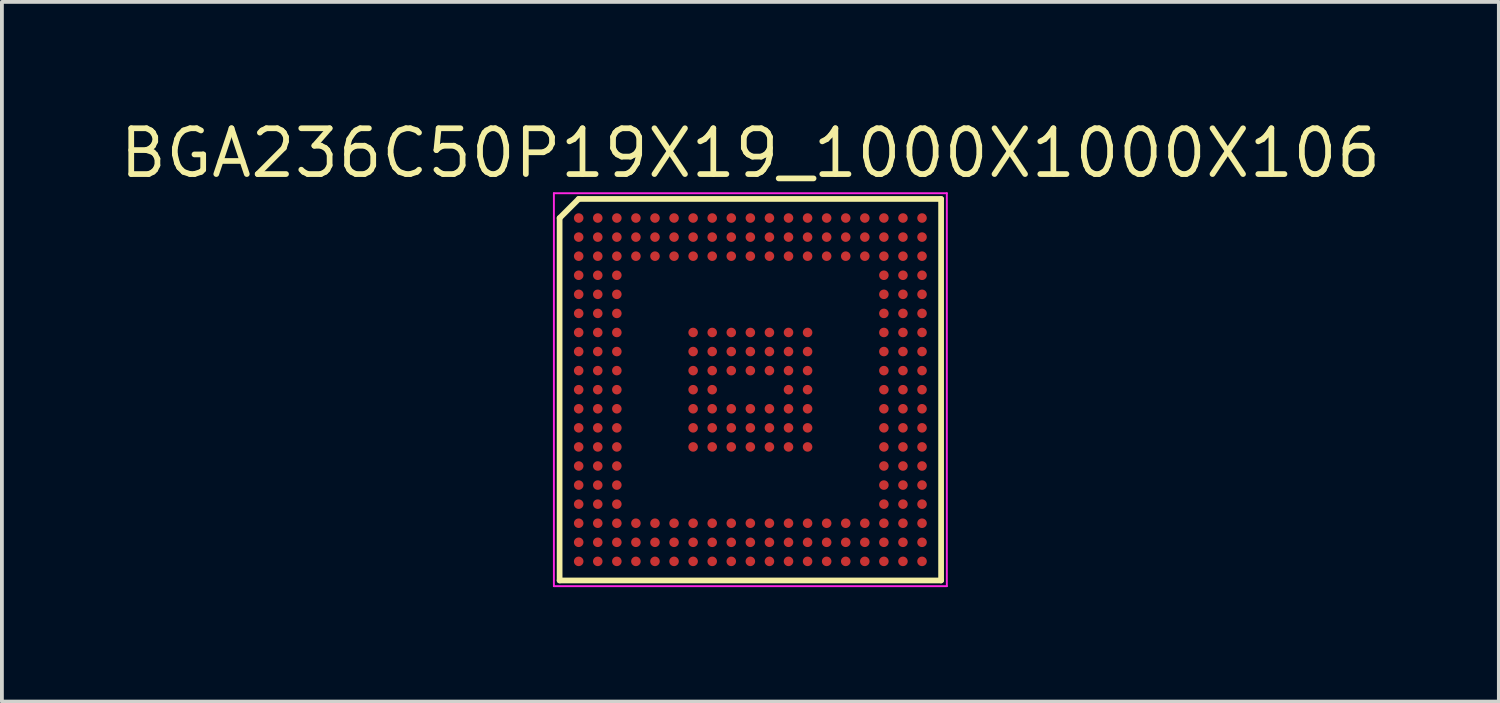
<source format=kicad_pcb>
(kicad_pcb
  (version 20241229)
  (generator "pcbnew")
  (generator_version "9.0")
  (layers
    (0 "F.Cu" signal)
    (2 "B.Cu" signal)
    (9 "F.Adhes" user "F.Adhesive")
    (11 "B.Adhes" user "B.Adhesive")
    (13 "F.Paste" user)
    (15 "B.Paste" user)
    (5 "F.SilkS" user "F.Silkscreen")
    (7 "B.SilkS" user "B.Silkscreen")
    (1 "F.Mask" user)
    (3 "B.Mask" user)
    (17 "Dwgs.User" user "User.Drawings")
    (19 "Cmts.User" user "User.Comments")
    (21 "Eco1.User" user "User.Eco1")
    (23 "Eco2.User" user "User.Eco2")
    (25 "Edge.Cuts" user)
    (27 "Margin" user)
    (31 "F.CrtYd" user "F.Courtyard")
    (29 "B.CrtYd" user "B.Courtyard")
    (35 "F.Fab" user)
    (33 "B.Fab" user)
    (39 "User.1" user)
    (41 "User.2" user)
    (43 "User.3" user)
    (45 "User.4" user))
  (footprint "BGA236C50P19X19_1000X1000X106"
    (layer "F.Cu")
    (at 16.619 7.165)
    (property "Reference" "BGA236C50P19X19_1000X1000X106" (at 0 -6.2 0) (layer "F.SilkS") (effects (font (size 1.2 1.2) (thickness 0.15))))
    (attr smd)
    (fp_line (start -5 -4.5) (end -5 5) (stroke (width 0.15) (type solid)) (layer "F.SilkS"))
    (fp_line (start -5 5) (end 5 5) (stroke (width 0.15) (type solid)) (layer "F.SilkS"))
    (fp_line (start -4.5 -5) (end -5 -4.5) (stroke (width 0.15) (type solid)) (layer "F.SilkS"))
    (fp_line (start 5 -5) (end -4.5 -5) (stroke (width 0.15) (type solid)) (layer "F.SilkS"))
    (fp_line (start 5 5) (end 5 -5) (stroke (width 0.15) (type solid)) (layer "F.SilkS"))
    (fp_line (start -5.15 -5.15) (end 5.15 -5.15) (stroke (width 0.05) (type solid)) (layer "F.CrtYd"))
    (fp_line (start -5.15 5.15) (end -5.15 -5.15) (stroke (width 0.05) (type solid)) (layer "F.CrtYd"))
    (fp_line (start 5.15 -5.15) (end 5.15 5.15) (stroke (width 0.05) (type solid)) (layer "F.CrtYd"))
    (fp_line (start 5.15 5.15) (end -5.15 5.15) (stroke (width 0.05) (type solid)) (layer "F.CrtYd"))
    (pad "A1" smd circle (at -4.5 -4.5) (size 0.25 0.25) (layers "F.Cu" "F.Mask" "F.Paste"))
    (pad "A2" smd circle (at -4 -4.5) (size 0.25 0.25) (layers "F.Cu" "F.Mask" "F.Paste"))
    (pad "A3" smd circle (at -3.5 -4.5) (size 0.25 0.25) (layers "F.Cu" "F.Mask" "F.Paste"))
    (pad "A4" smd circle (at -3 -4.5) (size 0.25 0.25) (layers "F.Cu" "F.Mask" "F.Paste"))
    (pad "A5" smd circle (at -2.5 -4.5) (size 0.25 0.25) (layers "F.Cu" "F.Mask" "F.Paste"))
    (pad "A6" smd circle (at -2 -4.5) (size 0.25 0.25) (layers "F.Cu" "F.Mask" "F.Paste"))
    (pad "A7" smd circle (at -1.5 -4.5) (size 0.25 0.25) (layers "F.Cu" "F.Mask" "F.Paste"))
    (pad "A8" smd circle (at -1 -4.5) (size 0.25 0.25) (layers "F.Cu" "F.Mask" "F.Paste"))
    (pad "A9" smd circle (at -0.5 -4.5) (size 0.25 0.25) (layers "F.Cu" "F.Mask" "F.Paste"))
    (pad "A10" smd circle (at 0 -4.5) (size 0.25 0.25) (layers "F.Cu" "F.Mask" "F.Paste"))
    (pad "A11" smd circle (at 0.5 -4.5) (size 0.25 0.25) (layers "F.Cu" "F.Mask" "F.Paste"))
    (pad "A12" smd circle (at 1 -4.5) (size 0.25 0.25) (layers "F.Cu" "F.Mask" "F.Paste"))
    (pad "A13" smd circle (at 1.5 -4.5) (size 0.25 0.25) (layers "F.Cu" "F.Mask" "F.Paste"))
    (pad "A14" smd circle (at 2 -4.5) (size 0.25 0.25) (layers "F.Cu" "F.Mask" "F.Paste"))
    (pad "A15" smd circle (at 2.5 -4.5) (size 0.25 0.25) (layers "F.Cu" "F.Mask" "F.Paste"))
    (pad "A16" smd circle (at 3 -4.5) (size 0.25 0.25) (layers "F.Cu" "F.Mask" "F.Paste"))
    (pad "A17" smd circle (at 3.5 -4.5) (size 0.25 0.25) (layers "F.Cu" "F.Mask" "F.Paste"))
    (pad "A18" smd circle (at 4 -4.5) (size 0.25 0.25) (layers "F.Cu" "F.Mask" "F.Paste"))
    (pad "A19" smd circle (at 4.5 -4.5) (size 0.25 0.25) (layers "F.Cu" "F.Mask" "F.Paste"))
    (pad "B1" smd circle (at -4.5 -4) (size 0.25 0.25) (layers "F.Cu" "F.Mask" "F.Paste"))
    (pad "B2" smd circle (at -4 -4) (size 0.25 0.25) (layers "F.Cu" "F.Mask" "F.Paste"))
    (pad "B3" smd circle (at -3.5 -4) (size 0.25 0.25) (layers "F.Cu" "F.Mask" "F.Paste"))
    (pad "B4" smd circle (at -3 -4) (size 0.25 0.25) (layers "F.Cu" "F.Mask" "F.Paste"))
    (pad "B5" smd circle (at -2.5 -4) (size 0.25 0.25) (layers "F.Cu" "F.Mask" "F.Paste"))
    (pad "B6" smd circle (at -2 -4) (size 0.25 0.25) (layers "F.Cu" "F.Mask" "F.Paste"))
    (pad "B7" smd circle (at -1.5 -4) (size 0.25 0.25) (layers "F.Cu" "F.Mask" "F.Paste"))
    (pad "B8" smd circle (at -1 -4) (size 0.25 0.25) (layers "F.Cu" "F.Mask" "F.Paste"))
    (pad "B9" smd circle (at -0.5 -4) (size 0.25 0.25) (layers "F.Cu" "F.Mask" "F.Paste"))
    (pad "B10" smd circle (at 0 -4) (size 0.25 0.25) (layers "F.Cu" "F.Mask" "F.Paste"))
    (pad "B11" smd circle (at 0.5 -4) (size 0.25 0.25) (layers "F.Cu" "F.Mask" "F.Paste"))
    (pad "B12" smd circle (at 1 -4) (size 0.25 0.25) (layers "F.Cu" "F.Mask" "F.Paste"))
    (pad "B13" smd circle (at 1.5 -4) (size 0.25 0.25) (layers "F.Cu" "F.Mask" "F.Paste"))
    (pad "B14" smd circle (at 2 -4) (size 0.25 0.25) (layers "F.Cu" "F.Mask" "F.Paste"))
    (pad "B15" smd circle (at 2.5 -4) (size 0.25 0.25) (layers "F.Cu" "F.Mask" "F.Paste"))
    (pad "B16" smd circle (at 3 -4) (size 0.25 0.25) (layers "F.Cu" "F.Mask" "F.Paste"))
    (pad "B17" smd circle (at 3.5 -4) (size 0.25 0.25) (layers "F.Cu" "F.Mask" "F.Paste"))
    (pad "B18" smd circle (at 4 -4) (size 0.25 0.25) (layers "F.Cu" "F.Mask" "F.Paste"))
    (pad "B19" smd circle (at 4.5 -4) (size 0.25 0.25) (layers "F.Cu" "F.Mask" "F.Paste"))
    (pad "C1" smd circle (at -4.5 -3.5) (size 0.25 0.25) (layers "F.Cu" "F.Mask" "F.Paste"))
    (pad "C2" smd circle (at -4 -3.5) (size 0.25 0.25) (layers "F.Cu" "F.Mask" "F.Paste"))
    (pad "C3" smd circle (at -3.5 -3.5) (size 0.25 0.25) (layers "F.Cu" "F.Mask" "F.Paste"))
    (pad "C4" smd circle (at -3 -3.5) (size 0.25 0.25) (layers "F.Cu" "F.Mask" "F.Paste"))
    (pad "C5" smd circle (at -2.5 -3.5) (size 0.25 0.25) (layers "F.Cu" "F.Mask" "F.Paste"))
    (pad "C6" smd circle (at -2 -3.5) (size 0.25 0.25) (layers "F.Cu" "F.Mask" "F.Paste"))
    (pad "C7" smd circle (at -1.5 -3.5) (size 0.25 0.25) (layers "F.Cu" "F.Mask" "F.Paste"))
    (pad "C8" smd circle (at -1 -3.5) (size 0.25 0.25) (layers "F.Cu" "F.Mask" "F.Paste"))
    (pad "C9" smd circle (at -0.5 -3.5) (size 0.25 0.25) (layers "F.Cu" "F.Mask" "F.Paste"))
    (pad "C10" smd circle (at 0 -3.5) (size 0.25 0.25) (layers "F.Cu" "F.Mask" "F.Paste"))
    (pad "C11" smd circle (at 0.5 -3.5) (size 0.25 0.25) (layers "F.Cu" "F.Mask" "F.Paste"))
    (pad "C12" smd circle (at 1 -3.5) (size 0.25 0.25) (layers "F.Cu" "F.Mask" "F.Paste"))
    (pad "C13" smd circle (at 1.5 -3.5) (size 0.25 0.25) (layers "F.Cu" "F.Mask" "F.Paste"))
    (pad "C14" smd circle (at 2 -3.5) (size 0.25 0.25) (layers "F.Cu" "F.Mask" "F.Paste"))
    (pad "C15" smd circle (at 2.5 -3.5) (size 0.25 0.25) (layers "F.Cu" "F.Mask" "F.Paste"))
    (pad "C16" smd circle (at 3 -3.5) (size 0.25 0.25) (layers "F.Cu" "F.Mask" "F.Paste"))
    (pad "C17" smd circle (at 3.5 -3.5) (size 0.25 0.25) (layers "F.Cu" "F.Mask" "F.Paste"))
    (pad "C18" smd circle (at 4 -3.5) (size 0.25 0.25) (layers "F.Cu" "F.Mask" "F.Paste"))
    (pad "C19" smd circle (at 4.5 -3.5) (size 0.25 0.25) (layers "F.Cu" "F.Mask" "F.Paste"))
    (pad "D1" smd circle (at -4.5 -3) (size 0.25 0.25) (layers "F.Cu" "F.Mask" "F.Paste"))
    (pad "D2" smd circle (at -4 -3) (size 0.25 0.25) (layers "F.Cu" "F.Mask" "F.Paste"))
    (pad "D3" smd circle (at -3.5 -3) (size 0.25 0.25) (layers "F.Cu" "F.Mask" "F.Paste"))
    (pad "D17" smd circle (at 3.5 -3) (size 0.25 0.25) (layers "F.Cu" "F.Mask" "F.Paste"))
    (pad "D18" smd circle (at 4 -3) (size 0.25 0.25) (layers "F.Cu" "F.Mask" "F.Paste"))
    (pad "D19" smd circle (at 4.5 -3) (size 0.25 0.25) (layers "F.Cu" "F.Mask" "F.Paste"))
    (pad "E1" smd circle (at -4.5 -2.5) (size 0.25 0.25) (layers "F.Cu" "F.Mask" "F.Paste"))
    (pad "E2" smd circle (at -4 -2.5) (size 0.25 0.25) (layers "F.Cu" "F.Mask" "F.Paste"))
    (pad "E3" smd circle (at -3.5 -2.5) (size 0.25 0.25) (layers "F.Cu" "F.Mask" "F.Paste"))
    (pad "E17" smd circle (at 3.5 -2.5) (size 0.25 0.25) (layers "F.Cu" "F.Mask" "F.Paste"))
    (pad "E18" smd circle (at 4 -2.5) (size 0.25 0.25) (layers "F.Cu" "F.Mask" "F.Paste"))
    (pad "E19" smd circle (at 4.5 -2.5) (size 0.25 0.25) (layers "F.Cu" "F.Mask" "F.Paste"))
    (pad "F1" smd circle (at -4.5 -2) (size 0.25 0.25) (layers "F.Cu" "F.Mask" "F.Paste"))
    (pad "F2" smd circle (at -4 -2) (size 0.25 0.25) (layers "F.Cu" "F.Mask" "F.Paste"))
    (pad "F3" smd circle (at -3.5 -2) (size 0.25 0.25) (layers "F.Cu" "F.Mask" "F.Paste"))
    (pad "F17" smd circle (at 3.5 -2) (size 0.25 0.25) (layers "F.Cu" "F.Mask" "F.Paste"))
    (pad "F18" smd circle (at 4 -2) (size 0.25 0.25) (layers "F.Cu" "F.Mask" "F.Paste"))
    (pad "F19" smd circle (at 4.5 -2) (size 0.25 0.25) (layers "F.Cu" "F.Mask" "F.Paste"))
    (pad "G1" smd circle (at -4.5 -1.5) (size 0.25 0.25) (layers "F.Cu" "F.Mask" "F.Paste"))
    (pad "G2" smd circle (at -4 -1.5) (size 0.25 0.25) (layers "F.Cu" "F.Mask" "F.Paste"))
    (pad "G3" smd circle (at -3.5 -1.5) (size 0.25 0.25) (layers "F.Cu" "F.Mask" "F.Paste"))
    (pad "G7" smd circle (at -1.5 -1.5) (size 0.25 0.25) (layers "F.Cu" "F.Mask" "F.Paste"))
    (pad "G8" smd circle (at -1 -1.5) (size 0.25 0.25) (layers "F.Cu" "F.Mask" "F.Paste"))
    (pad "G9" smd circle (at -0.5 -1.5) (size 0.25 0.25) (layers "F.Cu" "F.Mask" "F.Paste"))
    (pad "G10" smd circle (at 0 -1.5) (size 0.25 0.25) (layers "F.Cu" "F.Mask" "F.Paste"))
    (pad "G11" smd circle (at 0.5 -1.5) (size 0.25 0.25) (layers "F.Cu" "F.Mask" "F.Paste"))
    (pad "G12" smd circle (at 1 -1.5) (size 0.25 0.25) (layers "F.Cu" "F.Mask" "F.Paste"))
    (pad "G13" smd circle (at 1.5 -1.5) (size 0.25 0.25) (layers "F.Cu" "F.Mask" "F.Paste"))
    (pad "G17" smd circle (at 3.5 -1.5) (size 0.25 0.25) (layers "F.Cu" "F.Mask" "F.Paste"))
    (pad "G18" smd circle (at 4 -1.5) (size 0.25 0.25) (layers "F.Cu" "F.Mask" "F.Paste"))
    (pad "G19" smd circle (at 4.5 -1.5) (size 0.25 0.25) (layers "F.Cu" "F.Mask" "F.Paste"))
    (pad "H1" smd circle (at -4.5 -1) (size 0.25 0.25) (layers "F.Cu" "F.Mask" "F.Paste"))
    (pad "H2" smd circle (at -4 -1) (size 0.25 0.25) (layers "F.Cu" "F.Mask" "F.Paste"))
    (pad "H3" smd circle (at -3.5 -1) (size 0.25 0.25) (layers "F.Cu" "F.Mask" "F.Paste"))
    (pad "H7" smd circle (at -1.5 -1) (size 0.25 0.25) (layers "F.Cu" "F.Mask" "F.Paste"))
    (pad "H8" smd circle (at -1 -1) (size 0.25 0.25) (layers "F.Cu" "F.Mask" "F.Paste"))
    (pad "H9" smd circle (at -0.5 -1) (size 0.25 0.25) (layers "F.Cu" "F.Mask" "F.Paste"))
    (pad "H10" smd circle (at 0 -1) (size 0.25 0.25) (layers "F.Cu" "F.Mask" "F.Paste"))
    (pad "H11" smd circle (at 0.5 -1) (size 0.25 0.25) (layers "F.Cu" "F.Mask" "F.Paste"))
    (pad "H12" smd circle (at 1 -1) (size 0.25 0.25) (layers "F.Cu" "F.Mask" "F.Paste"))
    (pad "H13" smd circle (at 1.5 -1) (size 0.25 0.25) (layers "F.Cu" "F.Mask" "F.Paste"))
    (pad "H17" smd circle (at 3.5 -1) (size 0.25 0.25) (layers "F.Cu" "F.Mask" "F.Paste"))
    (pad "H18" smd circle (at 4 -1) (size 0.25 0.25) (layers "F.Cu" "F.Mask" "F.Paste"))
    (pad "H19" smd circle (at 4.5 -1) (size 0.25 0.25) (layers "F.Cu" "F.Mask" "F.Paste"))
    (pad "J1" smd circle (at -4.5 -0.5) (size 0.25 0.25) (layers "F.Cu" "F.Mask" "F.Paste"))
    (pad "J2" smd circle (at -4 -0.5) (size 0.25 0.25) (layers "F.Cu" "F.Mask" "F.Paste"))
    (pad "J3" smd circle (at -3.5 -0.5) (size 0.25 0.25) (layers "F.Cu" "F.Mask" "F.Paste"))
    (pad "J7" smd circle (at -1.5 -0.5) (size 0.25 0.25) (layers "F.Cu" "F.Mask" "F.Paste"))
    (pad "J8" smd circle (at -1 -0.5) (size 0.25 0.25) (layers "F.Cu" "F.Mask" "F.Paste"))
    (pad "J9" smd circle (at -0.5 -0.5) (size 0.25 0.25) (layers "F.Cu" "F.Mask" "F.Paste"))
    (pad "J10" smd circle (at 0 -0.5) (size 0.25 0.25) (layers "F.Cu" "F.Mask" "F.Paste"))
    (pad "J11" smd circle (at 0.5 -0.5) (size 0.25 0.25) (layers "F.Cu" "F.Mask" "F.Paste"))
    (pad "J12" smd circle (at 1 -0.5) (size 0.25 0.25) (layers "F.Cu" "F.Mask" "F.Paste"))
    (pad "J13" smd circle (at 1.5 -0.5) (size 0.25 0.25) (layers "F.Cu" "F.Mask" "F.Paste"))
    (pad "J17" smd circle (at 3.5 -0.5) (size 0.25 0.25) (layers "F.Cu" "F.Mask" "F.Paste"))
    (pad "J18" smd circle (at 4 -0.5) (size 0.25 0.25) (layers "F.Cu" "F.Mask" "F.Paste"))
    (pad "J19" smd circle (at 4.5 -0.5) (size 0.25 0.25) (layers "F.Cu" "F.Mask" "F.Paste"))
    (pad "K1" smd circle (at -4.5 0) (size 0.25 0.25) (layers "F.Cu" "F.Mask" "F.Paste"))
    (pad "K2" smd circle (at -4 0) (size 0.25 0.25) (layers "F.Cu" "F.Mask" "F.Paste"))
    (pad "K3" smd circle (at -3.5 0) (size 0.25 0.25) (layers "F.Cu" "F.Mask" "F.Paste"))
    (pad "K7" smd circle (at -1.5 0) (size 0.25 0.25) (layers "F.Cu" "F.Mask" "F.Paste"))
    (pad "K8" smd circle (at -1 0) (size 0.25 0.25) (layers "F.Cu" "F.Mask" "F.Paste"))
    (pad "K12" smd circle (at 1 0) (size 0.25 0.25) (layers "F.Cu" "F.Mask" "F.Paste"))
    (pad "K13" smd circle (at 1.5 0) (size 0.25 0.25) (layers "F.Cu" "F.Mask" "F.Paste"))
    (pad "K17" smd circle (at 3.5 0) (size 0.25 0.25) (layers "F.Cu" "F.Mask" "F.Paste"))
    (pad "K18" smd circle (at 4 0) (size 0.25 0.25) (layers "F.Cu" "F.Mask" "F.Paste"))
    (pad "K19" smd circle (at 4.5 0) (size 0.25 0.25) (layers "F.Cu" "F.Mask" "F.Paste"))
    (pad "L1" smd circle (at -4.5 0.5) (size 0.25 0.25) (layers "F.Cu" "F.Mask" "F.Paste"))
    (pad "L2" smd circle (at -4 0.5) (size 0.25 0.25) (layers "F.Cu" "F.Mask" "F.Paste"))
    (pad "L3" smd circle (at -3.5 0.5) (size 0.25 0.25) (layers "F.Cu" "F.Mask" "F.Paste"))
    (pad "L7" smd circle (at -1.5 0.5) (size 0.25 0.25) (layers "F.Cu" "F.Mask" "F.Paste"))
    (pad "L8" smd circle (at -1 0.5) (size 0.25 0.25) (layers "F.Cu" "F.Mask" "F.Paste"))
    (pad "L9" smd circle (at -0.5 0.5) (size 0.25 0.25) (layers "F.Cu" "F.Mask" "F.Paste"))
    (pad "L10" smd circle (at 0 0.5) (size 0.25 0.25) (layers "F.Cu" "F.Mask" "F.Paste"))
    (pad "L11" smd circle (at 0.5 0.5) (size 0.25 0.25) (layers "F.Cu" "F.Mask" "F.Paste"))
    (pad "L12" smd circle (at 1 0.5) (size 0.25 0.25) (layers "F.Cu" "F.Mask" "F.Paste"))
    (pad "L13" smd circle (at 1.5 0.5) (size 0.25 0.25) (layers "F.Cu" "F.Mask" "F.Paste"))
    (pad "L17" smd circle (at 3.5 0.5) (size 0.25 0.25) (layers "F.Cu" "F.Mask" "F.Paste"))
    (pad "L18" smd circle (at 4 0.5) (size 0.25 0.25) (layers "F.Cu" "F.Mask" "F.Paste"))
    (pad "L19" smd circle (at 4.5 0.5) (size 0.25 0.25) (layers "F.Cu" "F.Mask" "F.Paste"))
    (pad "M1" smd circle (at -4.5 1) (size 0.25 0.25) (layers "F.Cu" "F.Mask" "F.Paste"))
    (pad "M2" smd circle (at -4 1) (size 0.25 0.25) (layers "F.Cu" "F.Mask" "F.Paste"))
    (pad "M3" smd circle (at -3.5 1) (size 0.25 0.25) (layers "F.Cu" "F.Mask" "F.Paste"))
    (pad "M7" smd circle (at -1.5 1) (size 0.25 0.25) (layers "F.Cu" "F.Mask" "F.Paste"))
    (pad "M8" smd circle (at -1 1) (size 0.25 0.25) (layers "F.Cu" "F.Mask" "F.Paste"))
    (pad "M9" smd circle (at -0.5 1) (size 0.25 0.25) (layers "F.Cu" "F.Mask" "F.Paste"))
    (pad "M10" smd circle (at 0 1) (size 0.25 0.25) (layers "F.Cu" "F.Mask" "F.Paste"))
    (pad "M11" smd circle (at 0.5 1) (size 0.25 0.25) (layers "F.Cu" "F.Mask" "F.Paste"))
    (pad "M12" smd circle (at 1 1) (size 0.25 0.25) (layers "F.Cu" "F.Mask" "F.Paste"))
    (pad "M13" smd circle (at 1.5 1) (size 0.25 0.25) (layers "F.Cu" "F.Mask" "F.Paste"))
    (pad "M17" smd circle (at 3.5 1) (size 0.25 0.25) (layers "F.Cu" "F.Mask" "F.Paste"))
    (pad "M18" smd circle (at 4 1) (size 0.25 0.25) (layers "F.Cu" "F.Mask" "F.Paste"))
    (pad "M19" smd circle (at 4.5 1) (size 0.25 0.25) (layers "F.Cu" "F.Mask" "F.Paste"))
    (pad "N1" smd circle (at -4.5 1.5) (size 0.25 0.25) (layers "F.Cu" "F.Mask" "F.Paste"))
    (pad "N2" smd circle (at -4 1.5) (size 0.25 0.25) (layers "F.Cu" "F.Mask" "F.Paste"))
    (pad "N3" smd circle (at -3.5 1.5) (size 0.25 0.25) (layers "F.Cu" "F.Mask" "F.Paste"))
    (pad "N7" smd circle (at -1.5 1.5) (size 0.25 0.25) (layers "F.Cu" "F.Mask" "F.Paste"))
    (pad "N8" smd circle (at -1 1.5) (size 0.25 0.25) (layers "F.Cu" "F.Mask" "F.Paste"))
    (pad "N9" smd circle (at -0.5 1.5) (size 0.25 0.25) (layers "F.Cu" "F.Mask" "F.Paste"))
    (pad "N10" smd circle (at 0 1.5) (size 0.25 0.25) (layers "F.Cu" "F.Mask" "F.Paste"))
    (pad "N11" smd circle (at 0.5 1.5) (size 0.25 0.25) (layers "F.Cu" "F.Mask" "F.Paste"))
    (pad "N12" smd circle (at 1 1.5) (size 0.25 0.25) (layers "F.Cu" "F.Mask" "F.Paste"))
    (pad "N13" smd circle (at 1.5 1.5) (size 0.25 0.25) (layers "F.Cu" "F.Mask" "F.Paste"))
    (pad "N17" smd circle (at 3.5 1.5) (size 0.25 0.25) (layers "F.Cu" "F.Mask" "F.Paste"))
    (pad "N18" smd circle (at 4 1.5) (size 0.25 0.25) (layers "F.Cu" "F.Mask" "F.Paste"))
    (pad "N19" smd circle (at 4.5 1.5) (size 0.25 0.25) (layers "F.Cu" "F.Mask" "F.Paste"))
    (pad "P1" smd circle (at -4.5 2) (size 0.25 0.25) (layers "F.Cu" "F.Mask" "F.Paste"))
    (pad "P2" smd circle (at -4 2) (size 0.25 0.25) (layers "F.Cu" "F.Mask" "F.Paste"))
    (pad "P3" smd circle (at -3.5 2) (size 0.25 0.25) (layers "F.Cu" "F.Mask" "F.Paste"))
    (pad "P17" smd circle (at 3.5 2) (size 0.25 0.25) (layers "F.Cu" "F.Mask" "F.Paste"))
    (pad "P18" smd circle (at 4 2) (size 0.25 0.25) (layers "F.Cu" "F.Mask" "F.Paste"))
    (pad "P19" smd circle (at 4.5 2) (size 0.25 0.25) (layers "F.Cu" "F.Mask" "F.Paste"))
    (pad "R1" smd circle (at -4.5 2.5) (size 0.25 0.25) (layers "F.Cu" "F.Mask" "F.Paste"))
    (pad "R2" smd circle (at -4 2.5) (size 0.25 0.25) (layers "F.Cu" "F.Mask" "F.Paste"))
    (pad "R3" smd circle (at -3.5 2.5) (size 0.25 0.25) (layers "F.Cu" "F.Mask" "F.Paste"))
    (pad "R17" smd circle (at 3.5 2.5) (size 0.25 0.25) (layers "F.Cu" "F.Mask" "F.Paste"))
    (pad "R18" smd circle (at 4 2.5) (size 0.25 0.25) (layers "F.Cu" "F.Mask" "F.Paste"))
    (pad "R19" smd circle (at 4.5 2.5) (size 0.25 0.25) (layers "F.Cu" "F.Mask" "F.Paste"))
    (pad "T1" smd circle (at -4.5 3) (size 0.25 0.25) (layers "F.Cu" "F.Mask" "F.Paste"))
    (pad "T2" smd circle (at -4 3) (size 0.25 0.25) (layers "F.Cu" "F.Mask" "F.Paste"))
    (pad "T3" smd circle (at -3.5 3) (size 0.25 0.25) (layers "F.Cu" "F.Mask" "F.Paste"))
    (pad "T17" smd circle (at 3.5 3) (size 0.25 0.25) (layers "F.Cu" "F.Mask" "F.Paste"))
    (pad "T18" smd circle (at 4 3) (size 0.25 0.25) (layers "F.Cu" "F.Mask" "F.Paste"))
    (pad "T19" smd circle (at 4.5 3) (size 0.25 0.25) (layers "F.Cu" "F.Mask" "F.Paste"))
    (pad "U1" smd circle (at -4.5 3.5) (size 0.25 0.25) (layers "F.Cu" "F.Mask" "F.Paste"))
    (pad "U2" smd circle (at -4 3.5) (size 0.25 0.25) (layers "F.Cu" "F.Mask" "F.Paste"))
    (pad "U3" smd circle (at -3.5 3.5) (size 0.25 0.25) (layers "F.Cu" "F.Mask" "F.Paste"))
    (pad "U4" smd circle (at -3 3.5) (size 0.25 0.25) (layers "F.Cu" "F.Mask" "F.Paste"))
    (pad "U5" smd circle (at -2.5 3.5) (size 0.25 0.25) (layers "F.Cu" "F.Mask" "F.Paste"))
    (pad "U6" smd circle (at -2 3.5) (size 0.25 0.25) (layers "F.Cu" "F.Mask" "F.Paste"))
    (pad "U7" smd circle (at -1.5 3.5) (size 0.25 0.25) (layers "F.Cu" "F.Mask" "F.Paste"))
    (pad "U8" smd circle (at -1 3.5) (size 0.25 0.25) (layers "F.Cu" "F.Mask" "F.Paste"))
    (pad "U9" smd circle (at -0.5 3.5) (size 0.25 0.25) (layers "F.Cu" "F.Mask" "F.Paste"))
    (pad "U10" smd circle (at 0 3.5) (size 0.25 0.25) (layers "F.Cu" "F.Mask" "F.Paste"))
    (pad "U11" smd circle (at 0.5 3.5) (size 0.25 0.25) (layers "F.Cu" "F.Mask" "F.Paste"))
    (pad "U12" smd circle (at 1 3.5) (size 0.25 0.25) (layers "F.Cu" "F.Mask" "F.Paste"))
    (pad "U13" smd circle (at 1.5 3.5) (size 0.25 0.25) (layers "F.Cu" "F.Mask" "F.Paste"))
    (pad "U14" smd circle (at 2 3.5) (size 0.25 0.25) (layers "F.Cu" "F.Mask" "F.Paste"))
    (pad "U15" smd circle (at 2.5 3.5) (size 0.25 0.25) (layers "F.Cu" "F.Mask" "F.Paste"))
    (pad "U16" smd circle (at 3 3.5) (size 0.25 0.25) (layers "F.Cu" "F.Mask" "F.Paste"))
    (pad "U17" smd circle (at 3.5 3.5) (size 0.25 0.25) (layers "F.Cu" "F.Mask" "F.Paste"))
    (pad "U18" smd circle (at 4 3.5) (size 0.25 0.25) (layers "F.Cu" "F.Mask" "F.Paste"))
    (pad "U19" smd circle (at 4.5 3.5) (size 0.25 0.25) (layers "F.Cu" "F.Mask" "F.Paste"))
    (pad "V1" smd circle (at -4.5 4) (size 0.25 0.25) (layers "F.Cu" "F.Mask" "F.Paste"))
    (pad "V2" smd circle (at -4 4) (size 0.25 0.25) (layers "F.Cu" "F.Mask" "F.Paste"))
    (pad "V3" smd circle (at -3.5 4) (size 0.25 0.25) (layers "F.Cu" "F.Mask" "F.Paste"))
    (pad "V4" smd circle (at -3 4) (size 0.25 0.25) (layers "F.Cu" "F.Mask" "F.Paste"))
    (pad "V5" smd circle (at -2.5 4) (size 0.25 0.25) (layers "F.Cu" "F.Mask" "F.Paste"))
    (pad "V6" smd circle (at -2 4) (size 0.25 0.25) (layers "F.Cu" "F.Mask" "F.Paste"))
    (pad "V7" smd circle (at -1.5 4) (size 0.25 0.25) (layers "F.Cu" "F.Mask" "F.Paste"))
    (pad "V8" smd circle (at -1 4) (size 0.25 0.25) (layers "F.Cu" "F.Mask" "F.Paste"))
    (pad "V9" smd circle (at -0.5 4) (size 0.25 0.25) (layers "F.Cu" "F.Mask" "F.Paste"))
    (pad "V10" smd circle (at 0 4) (size 0.25 0.25) (layers "F.Cu" "F.Mask" "F.Paste"))
    (pad "V11" smd circle (at 0.5 4) (size 0.25 0.25) (layers "F.Cu" "F.Mask" "F.Paste"))
    (pad "V12" smd circle (at 1 4) (size 0.25 0.25) (layers "F.Cu" "F.Mask" "F.Paste"))
    (pad "V13" smd circle (at 1.5 4) (size 0.25 0.25) (layers "F.Cu" "F.Mask" "F.Paste"))
    (pad "V14" smd circle (at 2 4) (size 0.25 0.25) (layers "F.Cu" "F.Mask" "F.Paste"))
    (pad "V15" smd circle (at 2.5 4) (size 0.25 0.25) (layers "F.Cu" "F.Mask" "F.Paste"))
    (pad "V16" smd circle (at 3 4) (size 0.25 0.25) (layers "F.Cu" "F.Mask" "F.Paste"))
    (pad "V17" smd circle (at 3.5 4) (size 0.25 0.25) (layers "F.Cu" "F.Mask" "F.Paste"))
    (pad "V18" smd circle (at 4 4) (size 0.25 0.25) (layers "F.Cu" "F.Mask" "F.Paste"))
    (pad "V19" smd circle (at 4.5 4) (size 0.25 0.25) (layers "F.Cu" "F.Mask" "F.Paste"))
    (pad "W1" smd circle (at -4.5 4.5) (size 0.25 0.25) (layers "F.Cu" "F.Mask" "F.Paste"))
    (pad "W2" smd circle (at -4 4.5) (size 0.25 0.25) (layers "F.Cu" "F.Mask" "F.Paste"))
    (pad "W3" smd circle (at -3.5 4.5) (size 0.25 0.25) (layers "F.Cu" "F.Mask" "F.Paste"))
    (pad "W4" smd circle (at -3 4.5) (size 0.25 0.25) (layers "F.Cu" "F.Mask" "F.Paste"))
    (pad "W5" smd circle (at -2.5 4.5) (size 0.25 0.25) (layers "F.Cu" "F.Mask" "F.Paste"))
    (pad "W6" smd circle (at -2 4.5) (size 0.25 0.25) (layers "F.Cu" "F.Mask" "F.Paste"))
    (pad "W7" smd circle (at -1.5 4.5) (size 0.25 0.25) (layers "F.Cu" "F.Mask" "F.Paste"))
    (pad "W8" smd circle (at -1 4.5) (size 0.25 0.25) (layers "F.Cu" "F.Mask" "F.Paste"))
    (pad "W9" smd circle (at -0.5 4.5) (size 0.25 0.25) (layers "F.Cu" "F.Mask" "F.Paste"))
    (pad "W10" smd circle (at 0 4.5) (size 0.25 0.25) (layers "F.Cu" "F.Mask" "F.Paste"))
    (pad "W11" smd circle (at 0.5 4.5) (size 0.25 0.25) (layers "F.Cu" "F.Mask" "F.Paste"))
    (pad "W12" smd circle (at 1 4.5) (size 0.25 0.25) (layers "F.Cu" "F.Mask" "F.Paste"))
    (pad "W13" smd circle (at 1.5 4.5) (size 0.25 0.25) (layers "F.Cu" "F.Mask" "F.Paste"))
    (pad "W14" smd circle (at 2 4.5) (size 0.25 0.25) (layers "F.Cu" "F.Mask" "F.Paste"))
    (pad "W15" smd circle (at 2.5 4.5) (size 0.25 0.25) (layers "F.Cu" "F.Mask" "F.Paste"))
    (pad "W16" smd circle (at 3 4.5) (size 0.25 0.25) (layers "F.Cu" "F.Mask" "F.Paste"))
    (pad "W17" smd circle (at 3.5 4.5) (size 0.25 0.25) (layers "F.Cu" "F.Mask" "F.Paste"))
    (pad "W18" smd circle (at 4 4.5) (size 0.25 0.25) (layers "F.Cu" "F.Mask" "F.Paste"))
    (pad "W19" smd circle (at 4.5 4.5) (size 0.25 0.25) (layers "F.Cu" "F.Mask" "F.Paste")))
  (gr_rect
    (start -3 -3)
    (end 36.239 15.34)
    (stroke (width 0.1) (type default))
    (fill no)
    (layer "Edge.Cuts")))
</source>
